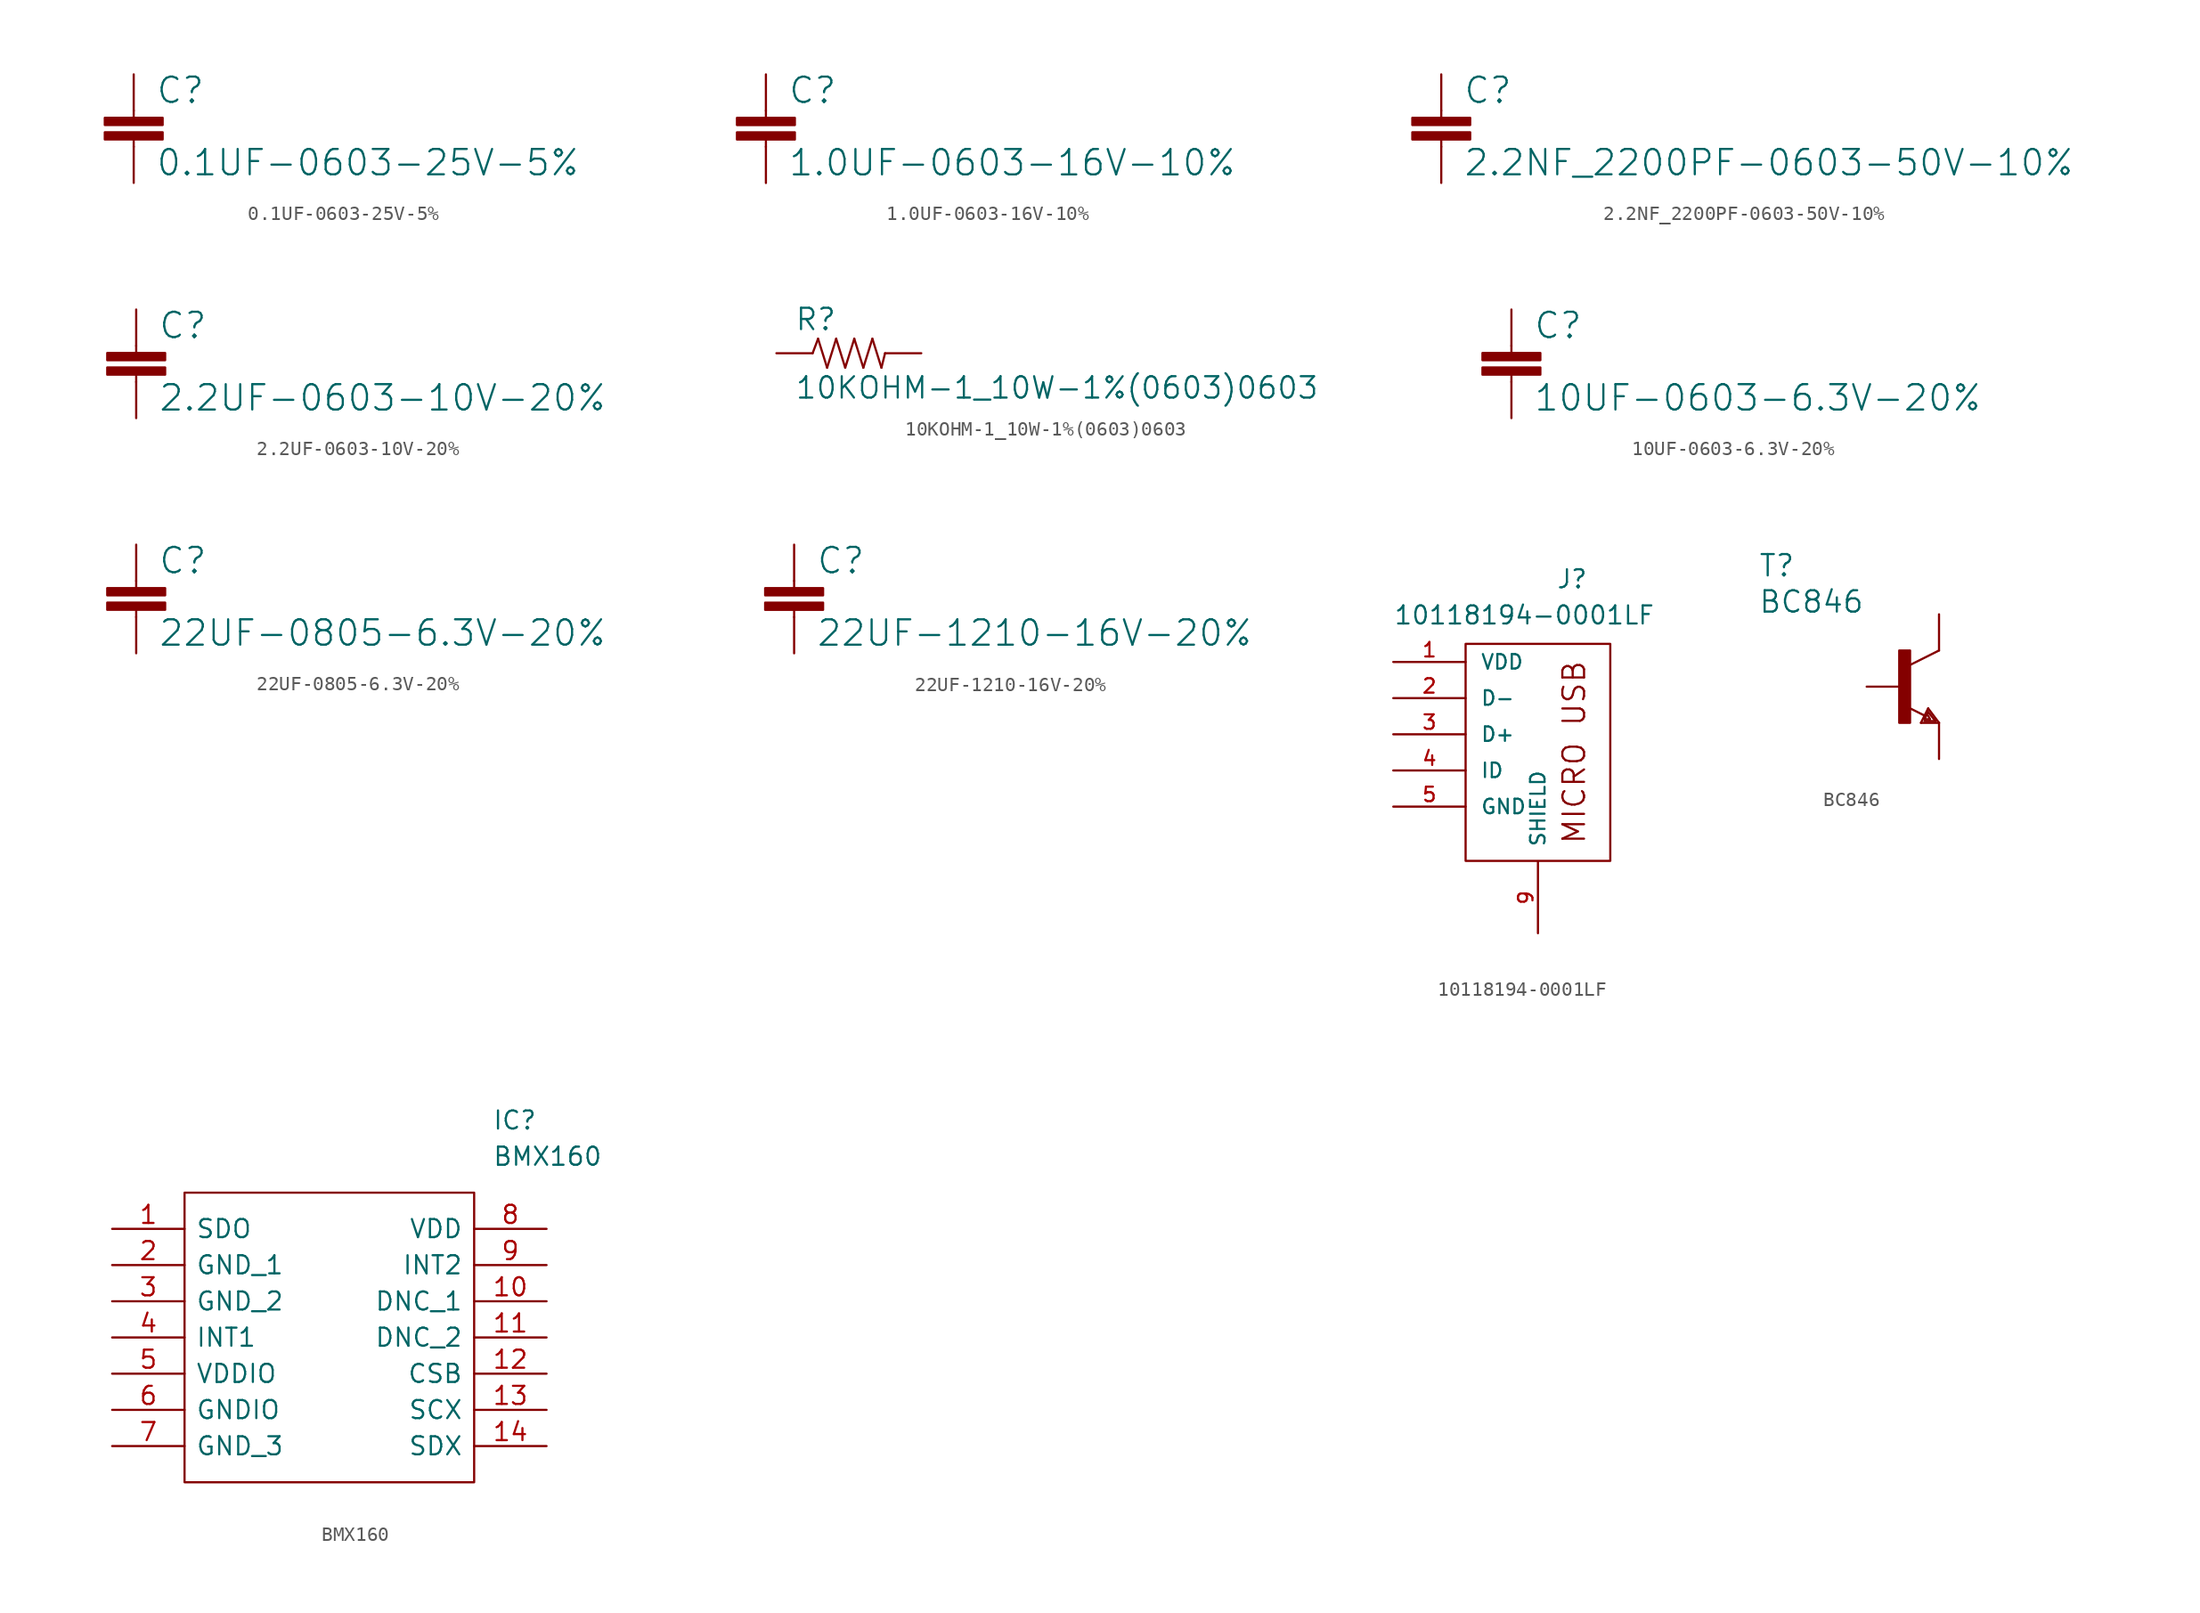
<source format=kicad_sym>
(kicad_symbol_lib
  (version 20220914)
  (generator kicad_symbol_editor)
  (symbol "0.1UF-0603-25V-5%"
    (pin_names
      (offset 1.016))
    (property "Reference" "C"
      (at 1.524 2.921 0)
      (effects (font (size 1.778 1.778)) (justify left bottom)))
    (property "Value" "0.1UF-0603-25V-5%"
      (at 1.524 -2.159 0)
      (effects (font (size 1.778 1.778)) (justify left bottom)))
    (property "ki_locked" ""
      (at 0 0 0)
      (effects (font (size 1.27 1.27))))
    (symbol "0.1UF-0603-25V-5%_1_0"
      (rectangle (start -2.032 0.508) (end 2.032 1.016) (stroke (width 0) (type default)) (fill (type outline)))
      (rectangle (start -2.032 1.524) (end 2.032 2.032) (stroke (width 0) (type default)) (fill (type outline)))
      (polyline (pts (xy 0 0) (xy 0 0.508)) (stroke (width 0) (type default)) (fill (type none)))
      (polyline (pts (xy 0 2.54) (xy 0 2.032)) (stroke (width 0) (type default)) (fill (type none)))
      (pin passive line (at 0 5.08 270) (length 2.54) (name "1" (effects (font (size 0 0)))) (number "1" (effects (font (size 0 0)))))
      (pin passive line (at 0 -2.54 90) (length 2.54) (name "2" (effects (font (size 0 0)))) (number "2" (effects (font (size 0 0)))))))
  (symbol "1.0UF-0603-16V-10%"
    (pin_names
      (offset 1.016))
    (property "Reference" "C"
      (at 1.524 2.921 0)
      (effects (font (size 1.778 1.778)) (justify left bottom)))
    (property "Value" "1.0UF-0603-16V-10%"
      (at 1.524 -2.159 0)
      (effects (font (size 1.778 1.778)) (justify left bottom)))
    (property "ki_locked" ""
      (at 0 0 0)
      (effects (font (size 1.27 1.27))))
    (symbol "1.0UF-0603-16V-10%_1_0"
      (rectangle (start -2.032 0.508) (end 2.032 1.016) (stroke (width 0) (type default)) (fill (type outline)))
      (rectangle (start -2.032 1.524) (end 2.032 2.032) (stroke (width 0) (type default)) (fill (type outline)))
      (polyline (pts (xy 0 0) (xy 0 0.508)) (stroke (width 0) (type default)) (fill (type none)))
      (polyline (pts (xy 0 2.54) (xy 0 2.032)) (stroke (width 0) (type default)) (fill (type none)))
      (pin passive line (at 0 5.08 270) (length 2.54) (name "1" (effects (font (size 0 0)))) (number "1" (effects (font (size 0 0)))))
      (pin passive line (at 0 -2.54 90) (length 2.54) (name "2" (effects (font (size 0 0)))) (number "2" (effects (font (size 0 0)))))))
  (symbol "2.2NF_2200PF-0603-50V-10%"
    (pin_names
      (offset 1.016))
    (property "Reference" "C"
      (at 1.524 2.921 0)
      (effects (font (size 1.778 1.778)) (justify left bottom)))
    (property "Value" "2.2NF_2200PF-0603-50V-10%"
      (at 1.524 -2.159 0)
      (effects (font (size 1.778 1.778)) (justify left bottom)))
    (property "ki_locked" ""
      (at 0 0 0)
      (effects (font (size 1.27 1.27))))
    (symbol "2.2NF_2200PF-0603-50V-10%_1_0"
      (rectangle (start -2.032 0.508) (end 2.032 1.016) (stroke (width 0) (type default)) (fill (type outline)))
      (rectangle (start -2.032 1.524) (end 2.032 2.032) (stroke (width 0) (type default)) (fill (type outline)))
      (polyline (pts (xy 0 0) (xy 0 0.508)) (stroke (width 0) (type default)) (fill (type none)))
      (polyline (pts (xy 0 2.54) (xy 0 2.032)) (stroke (width 0) (type default)) (fill (type none)))
      (pin passive line (at 0 5.08 270) (length 2.54) (name "1" (effects (font (size 0 0)))) (number "1" (effects (font (size 0 0)))))
      (pin passive line (at 0 -2.54 90) (length 2.54) (name "2" (effects (font (size 0 0)))) (number "2" (effects (font (size 0 0)))))))
  (symbol "2.2UF-0603-10V-20%"
    (pin_names
      (offset 1.016))
    (property "Reference" "C"
      (at 1.524 2.921 0)
      (effects (font (size 1.778 1.778)) (justify left bottom)))
    (property "Value" "2.2UF-0603-10V-20%"
      (at 1.524 -2.159 0)
      (effects (font (size 1.778 1.778)) (justify left bottom)))
    (property "ki_locked" ""
      (at 0 0 0)
      (effects (font (size 1.27 1.27))))
    (symbol "2.2UF-0603-10V-20%_1_0"
      (rectangle (start -2.032 0.508) (end 2.032 1.016) (stroke (width 0) (type default)) (fill (type outline)))
      (rectangle (start -2.032 1.524) (end 2.032 2.032) (stroke (width 0) (type default)) (fill (type outline)))
      (polyline (pts (xy 0 0) (xy 0 0.508)) (stroke (width 0) (type default)) (fill (type none)))
      (polyline (pts (xy 0 2.54) (xy 0 2.032)) (stroke (width 0) (type default)) (fill (type none)))
      (pin passive line (at 0 5.08 270) (length 2.54) (name "1" (effects (font (size 0 0)))) (number "1" (effects (font (size 0 0)))))
      (pin passive line (at 0 -2.54 90) (length 2.54) (name "2" (effects (font (size 0 0)))) (number "2" (effects (font (size 0 0)))))))
  (symbol "10KOHM-1_10W-1%(0603)0603"
    (pin_names
      (offset 1.016))
    (property "Reference" "R"
      (at -3.81 1.499 0)
      (effects (font (size 1.499 1.499)) (justify left bottom)))
    (property "Value" "10KOHM-1_10W-1%(0603)0603"
      (at -3.81 -3.302 0)
      (effects (font (size 1.499 1.499)) (justify left bottom)))
    (property "ki_locked" ""
      (at 0 0 0)
      (effects (font (size 1.27 1.27))))
    (symbol "10KOHM-1_10W-1%(0603)0603_1_0"
      (polyline (pts (xy -2.54 0) (xy -2.159 1.016)) (stroke (width 0) (type default)) (fill (type none)))
      (polyline (pts (xy -2.159 1.016) (xy -1.524 -1.016)) (stroke (width 0) (type default)) (fill (type none)))
      (polyline (pts (xy -1.524 -1.016) (xy -0.889 1.016)) (stroke (width 0) (type default)) (fill (type none)))
      (polyline (pts (xy -0.889 1.016) (xy -0.254 -1.016)) (stroke (width 0) (type default)) (fill (type none)))
      (polyline (pts (xy -0.254 -1.016) (xy 0.381 1.016)) (stroke (width 0) (type default)) (fill (type none)))
      (polyline (pts (xy 0.381 1.016) (xy 1.016 -1.016)) (stroke (width 0) (type default)) (fill (type none)))
      (polyline (pts (xy 1.016 -1.016) (xy 1.651 1.016)) (stroke (width 0) (type default)) (fill (type none)))
      (polyline (pts (xy 1.651 1.016) (xy 2.286 -1.016)) (stroke (width 0) (type default)) (fill (type none)))
      (polyline (pts (xy 2.286 -1.016) (xy 2.54 0)) (stroke (width 0) (type default)) (fill (type none)))
      (pin passive line (at -5.08 0 0) (length 2.54) (name "1" (effects (font (size 0 0)))) (number "1" (effects (font (size 0 0)))))
      (pin passive line (at 5.08 0 180) (length 2.54) (name "2" (effects (font (size 0 0)))) (number "2" (effects (font (size 0 0)))))))
  (symbol "10UF-0603-6.3V-20%"
    (pin_names
      (offset 1.016))
    (property "Reference" "C"
      (at 1.524 2.921 0)
      (effects (font (size 1.778 1.778)) (justify left bottom)))
    (property "Value" "10UF-0603-6.3V-20%"
      (at 1.524 -2.159 0)
      (effects (font (size 1.778 1.778)) (justify left bottom)))
    (property "ki_locked" ""
      (at 0 0 0)
      (effects (font (size 1.27 1.27))))
    (symbol "10UF-0603-6.3V-20%_1_0"
      (rectangle (start -2.032 0.508) (end 2.032 1.016) (stroke (width 0) (type default)) (fill (type outline)))
      (rectangle (start -2.032 1.524) (end 2.032 2.032) (stroke (width 0) (type default)) (fill (type outline)))
      (polyline (pts (xy 0 0) (xy 0 0.508)) (stroke (width 0) (type default)) (fill (type none)))
      (polyline (pts (xy 0 2.54) (xy 0 2.032)) (stroke (width 0) (type default)) (fill (type none)))
      (pin passive line (at 0 5.08 270) (length 2.54) (name "1" (effects (font (size 0 0)))) (number "1" (effects (font (size 0 0)))))
      (pin passive line (at 0 -2.54 90) (length 2.54) (name "2" (effects (font (size 0 0)))) (number "2" (effects (font (size 0 0)))))))
  (symbol "22UF-0805-6.3V-20%"
    (pin_names
      (offset 1.016))
    (property "Reference" "C"
      (at 1.524 2.921 0)
      (effects (font (size 1.778 1.778)) (justify left bottom)))
    (property "Value" "22UF-0805-6.3V-20%"
      (at 1.524 -2.159 0)
      (effects (font (size 1.778 1.778)) (justify left bottom)))
    (property "ki_locked" ""
      (at 0 0 0)
      (effects (font (size 1.27 1.27))))
    (symbol "22UF-0805-6.3V-20%_1_0"
      (rectangle (start -2.032 0.508) (end 2.032 1.016) (stroke (width 0) (type default)) (fill (type outline)))
      (rectangle (start -2.032 1.524) (end 2.032 2.032) (stroke (width 0) (type default)) (fill (type outline)))
      (polyline (pts (xy 0 0) (xy 0 0.508)) (stroke (width 0) (type default)) (fill (type none)))
      (polyline (pts (xy 0 2.54) (xy 0 2.032)) (stroke (width 0) (type default)) (fill (type none)))
      (pin passive line (at 0 5.08 270) (length 2.54) (name "1" (effects (font (size 0 0)))) (number "1" (effects (font (size 0 0)))))
      (pin passive line (at 0 -2.54 90) (length 2.54) (name "2" (effects (font (size 0 0)))) (number "2" (effects (font (size 0 0)))))))
  (symbol "22UF-1210-16V-20%"
    (pin_names
      (offset 1.016))
    (property "Reference" "C"
      (at 1.524 2.921 0)
      (effects (font (size 1.778 1.778)) (justify left bottom)))
    (property "Value" "22UF-1210-16V-20%"
      (at 1.524 -2.159 0)
      (effects (font (size 1.778 1.778)) (justify left bottom)))
    (property "ki_locked" ""
      (at 0 0 0)
      (effects (font (size 1.27 1.27))))
    (symbol "22UF-1210-16V-20%_1_0"
      (rectangle (start -2.032 0.508) (end 2.032 1.016) (stroke (width 0) (type default)) (fill (type outline)))
      (rectangle (start -2.032 1.524) (end 2.032 2.032) (stroke (width 0) (type default)) (fill (type outline)))
      (polyline (pts (xy 0 0) (xy 0 0.508)) (stroke (width 0) (type default)) (fill (type none)))
      (polyline (pts (xy 0 2.54) (xy 0 2.032)) (stroke (width 0) (type default)) (fill (type none)))
      (pin passive line (at 0 5.08 270) (length 2.54) (name "1" (effects (font (size 0 0)))) (number "1" (effects (font (size 0 0)))))
      (pin passive line (at 0 -2.54 90) (length 2.54) (name "2" (effects (font (size 0 0)))) (number "2" (effects (font (size 0 0)))))))
  (symbol "10118194-0001LF"
    (pin_names
      (offset 1.016))
    (property "Reference" "J"
      (at -1.27 10.16 0)
      (effects (font (size 1.27 1.27)) (justify left bottom)))
    (property "Value" "10118194-0001LF"
      (at -12.7 7.62 0)
      (effects (font (size 1.27 1.27)) (justify left bottom)))
    (symbol "10118194-0001LF_0_0"
      (text "MICRO USB" (at 0 -1.27 900) (effects (font (size 1.524 1.524))))
      (pin power_in line (at -12.7 5.08 0) (length 5.08) (name "VDD" (effects (font (size 1.016 1.016)))) (number "1" (effects (font (size 1.016 1.016)))))
      (pin bidirectional line (at -12.7 2.54 0) (length 5.08) (name "D-" (effects (font (size 1.016 1.016)))) (number "2" (effects (font (size 1.016 1.016)))))
      (pin bidirectional line (at -12.7 0 0) (length 5.08) (name "D+" (effects (font (size 1.016 1.016)))) (number "3" (effects (font (size 1.016 1.016)))))
      (pin passive line (at -12.7 -2.54 0) (length 5.08) (name "ID" (effects (font (size 1.016 1.016)))) (number "4" (effects (font (size 1.016 1.016)))))
      (pin power_in line (at -12.7 -5.08 0) (length 5.08) (name "GND" (effects (font (size 1.016 1.016)))) (number "5" (effects (font (size 1.016 1.016))))))
    (symbol "10118194-0001LF_0_1"
      (rectangle (start -7.62 6.35) (end 2.54 -8.89) (stroke (width 0) (type default)) (fill (type none))))
    (symbol "10118194-0001LF_1_0"
      (pin power_in line (at -2.54 -13.97 90) (length 5.004) hide (name "~" (effects (font (size 1.016 1.016)))) (number "8" (effects (font (size 1.016 1.016)))))
      (pin power_in line (at -2.54 -13.97 90) (length 5.004) (name "SHIELD" (effects (font (size 1.016 1.016)))) (number "9" (effects (font (size 1.016 1.016)))))))
  (symbol "BC846"
    (pin_names
      (offset 1.016))
    (property "Reference" "T"
      (at -10.16 7.62 0)
      (effects (font (size 1.499 1.499)) (justify left bottom)))
    (property "Value" "BC846"
      (at -10.16 5.08 0)
      (effects (font (size 1.499 1.499)) (justify left bottom)))
    (property "ki_locked" ""
      (at 0 0 0)
      (effects (font (size 1.27 1.27))))
    (symbol "BC846_1_0"
      (rectangle (start -0.254 -2.54) (end 0.508 2.54) (stroke (width 0) (type default)) (fill (type outline)))
      (polyline (pts (xy 1.27 -2.54) (xy 1.778 -1.524)) (stroke (width 0) (type default)) (fill (type none)))
      (polyline (pts (xy 1.524 -2.413) (xy 2.286 -2.413)) (stroke (width 0) (type default)) (fill (type none)))
      (polyline (pts (xy 1.524 -2.286) (xy 1.905 -2.286)) (stroke (width 0) (type default)) (fill (type none)))
      (polyline (pts (xy 1.524 -2.032) (xy 0.305 -1.422)) (stroke (width 0) (type default)) (fill (type none)))
      (polyline (pts (xy 1.778 -1.778) (xy 1.524 -2.286)) (stroke (width 0) (type default)) (fill (type none)))
      (polyline (pts (xy 1.778 -1.524) (xy 2.54 -2.54)) (stroke (width 0) (type default)) (fill (type none)))
      (polyline (pts (xy 1.905 -2.286) (xy 1.778 -2.032)) (stroke (width 0) (type default)) (fill (type none)))
      (polyline (pts (xy 2.286 -2.413) (xy 1.778 -1.778)) (stroke (width 0) (type default)) (fill (type none)))
      (polyline (pts (xy 2.54 -2.54) (xy 1.27 -2.54)) (stroke (width 0) (type default)) (fill (type none)))
      (polyline (pts (xy 2.54 2.54) (xy 0.508 1.524)) (stroke (width 0) (type default)) (fill (type none)))
      (pin passive line (at -2.54 0 0) (length 2.54) (name "B" (effects (font (size 0 0)))) (number "1" (effects (font (size 0 0)))))
      (pin passive line (at 2.54 -5.08 90) (length 2.54) (name "E" (effects (font (size 0 0)))) (number "2" (effects (font (size 0 0)))))
      (pin passive line (at 2.54 5.08 270) (length 2.54) (name "C" (effects (font (size 0 0)))) (number "3" (effects (font (size 0 0)))))))
  (symbol "BMX160"
    (pin_names
      (offset 0.762))
    (property "Reference" "IC"
      (at 26.67 7.62 0)
      (effects (font (size 1.27 1.27)) (justify left)))
    (property "Value" "BMX160"
      (at 26.67 5.08 0)
      (effects (font (size 1.27 1.27)) (justify left)))
    (symbol "BMX160_0_0"
      (pin bidirectional line (at 0 0 0) (length 5.08) (name "SDO" (effects (font (size 1.27 1.27)))) (number "1" (effects (font (size 1.27 1.27)))))
      (pin bidirectional line (at 30.48 -5.08 180) (length 5.08) (name "DNC_1" (effects (font (size 1.27 1.27)))) (number "10" (effects (font (size 1.27 1.27)))))
      (pin bidirectional line (at 30.48 -7.62 180) (length 5.08) (name "DNC_2" (effects (font (size 1.27 1.27)))) (number "11" (effects (font (size 1.27 1.27)))))
      (pin bidirectional line (at 30.48 -10.16 180) (length 5.08) (name "CSB" (effects (font (size 1.27 1.27)))) (number "12" (effects (font (size 1.27 1.27)))))
      (pin bidirectional line (at 30.48 -12.7 180) (length 5.08) (name "SCX" (effects (font (size 1.27 1.27)))) (number "13" (effects (font (size 1.27 1.27)))))
      (pin bidirectional line (at 30.48 -15.24 180) (length 5.08) (name "SDX" (effects (font (size 1.27 1.27)))) (number "14" (effects (font (size 1.27 1.27)))))
      (pin bidirectional line (at 0 -2.54 0) (length 5.08) (name "GND_1" (effects (font (size 1.27 1.27)))) (number "2" (effects (font (size 1.27 1.27)))))
      (pin bidirectional line (at 0 -5.08 0) (length 5.08) (name "GND_2" (effects (font (size 1.27 1.27)))) (number "3" (effects (font (size 1.27 1.27)))))
      (pin bidirectional line (at 0 -7.62 0) (length 5.08) (name "INT1" (effects (font (size 1.27 1.27)))) (number "4" (effects (font (size 1.27 1.27)))))
      (pin bidirectional line (at 0 -10.16 0) (length 5.08) (name "VDDIO" (effects (font (size 1.27 1.27)))) (number "5" (effects (font (size 1.27 1.27)))))
      (pin bidirectional line (at 0 -12.7 0) (length 5.08) (name "GNDIO" (effects (font (size 1.27 1.27)))) (number "6" (effects (font (size 1.27 1.27)))))
      (pin bidirectional line (at 0 -15.24 0) (length 5.08) (name "GND_3" (effects (font (size 1.27 1.27)))) (number "7" (effects (font (size 1.27 1.27)))))
      (pin bidirectional line (at 30.48 0 180) (length 5.08) (name "VDD" (effects (font (size 1.27 1.27)))) (number "8" (effects (font (size 1.27 1.27)))))
      (pin bidirectional line (at 30.48 -2.54 180) (length 5.08) (name "INT2" (effects (font (size 1.27 1.27)))) (number "9" (effects (font (size 1.27 1.27))))))
    (symbol "BMX160_0_1"
      (polyline (pts (xy 5.08 2.54) (xy 25.4 2.54) (xy 25.4 -17.78) (xy 5.08 -17.78) (xy 5.08 2.54)) (stroke (width 0.152) (type default)) (fill (type none))))))
</source>
